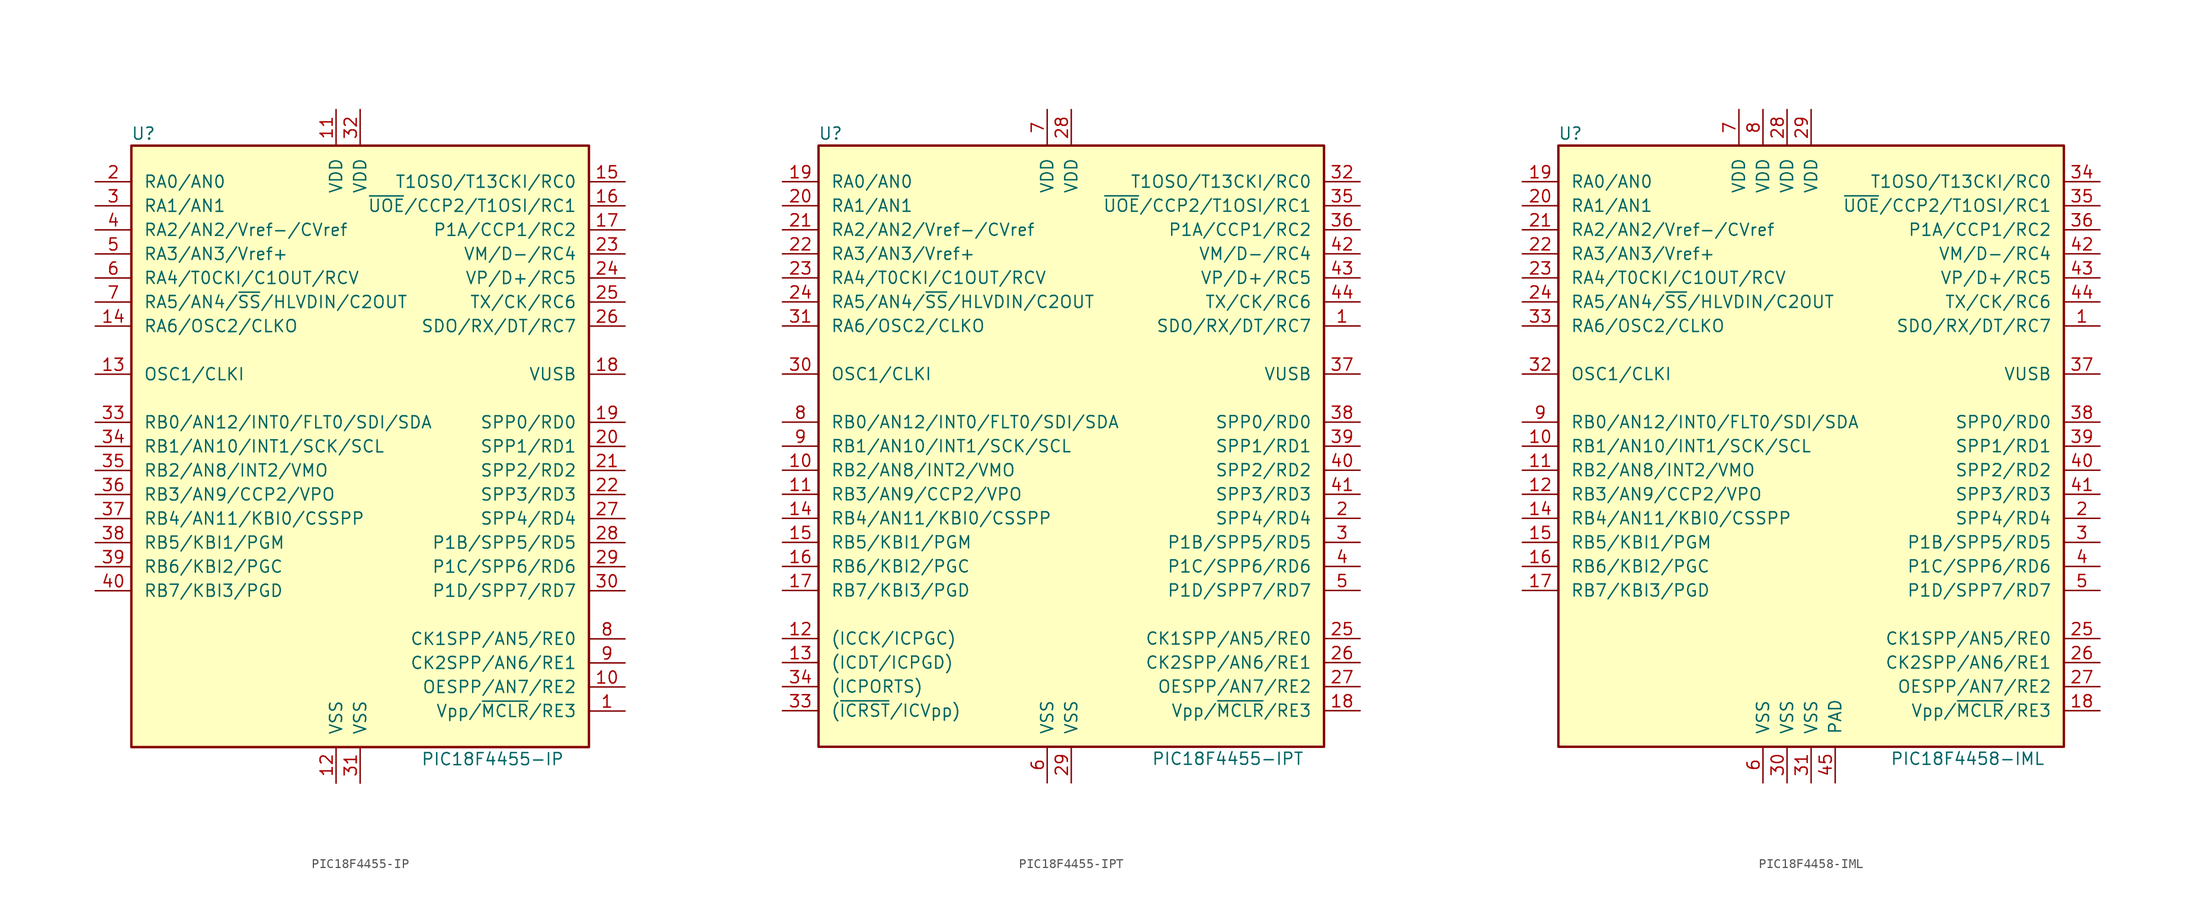
<source format=kicad_sym>
(kicad_symbol_lib
  (version 20201005)
  (generator kicad_symbol_editor)
  (symbol "MCU_Microchip_PIC18:PIC18F4455-IP"
    (pin_names
      (offset 1.27))
    (property "Reference" "U"
      (at -22.86 33.02 0)
      (effects (font (size 1.27 1.27))))
    (property "Value" "PIC18F4455-IP"
      (at 13.97 -33.02 0)
      (effects (font (size 1.27 1.27))))
    (symbol "PIC18F4455-IP_0_1"
      (rectangle (start -24.13 31.75) (end 24.13 -31.75) (stroke (width 0.254)) (fill (type background))))
    (symbol "PIC18F4455-IP_1_1"
      (pin input line (at 27.94 -27.94 180) (length 3.81) (name "Vpp/~MCLR~/RE3" (effects (font (size 1.27 1.27)))) (number "1" (effects (font (size 1.27 1.27)))))
      (pin bidirectional line (at 27.94 -25.4 180) (length 3.81) (name "OESPP/AN7/RE2" (effects (font (size 1.27 1.27)))) (number "10" (effects (font (size 1.27 1.27)))))
      (pin power_in line (at -2.54 35.56 270) (length 3.81) (name "VDD" (effects (font (size 1.27 1.27)))) (number "11" (effects (font (size 1.27 1.27)))))
      (pin power_in line (at -2.54 -35.56 90) (length 3.81) (name "VSS" (effects (font (size 1.27 1.27)))) (number "12" (effects (font (size 1.27 1.27)))))
      (pin input line (at -27.94 7.62 0) (length 3.81) (name "OSC1/CLKI" (effects (font (size 1.27 1.27)))) (number "13" (effects (font (size 1.27 1.27)))))
      (pin output line (at -27.94 12.7 0) (length 3.81) (name "RA6/OSC2/CLKO" (effects (font (size 1.27 1.27)))) (number "14" (effects (font (size 1.27 1.27)))))
      (pin bidirectional line (at 27.94 27.94 180) (length 3.81) (name "T1OSO/T13CKI/RC0" (effects (font (size 1.27 1.27)))) (number "15" (effects (font (size 1.27 1.27)))))
      (pin bidirectional line (at 27.94 25.4 180) (length 3.81) (name "~UOE~/CCP2/T1OSI/RC1" (effects (font (size 1.27 1.27)))) (number "16" (effects (font (size 1.27 1.27)))))
      (pin bidirectional line (at 27.94 22.86 180) (length 3.81) (name "P1A/CCP1/RC2" (effects (font (size 1.27 1.27)))) (number "17" (effects (font (size 1.27 1.27)))))
      (pin bidirectional line (at 27.94 7.62 180) (length 3.81) (name "VUSB" (effects (font (size 1.27 1.27)))) (number "18" (effects (font (size 1.27 1.27)))))
      (pin bidirectional line (at 27.94 2.54 180) (length 3.81) (name "SPP0/RD0" (effects (font (size 1.27 1.27)))) (number "19" (effects (font (size 1.27 1.27)))))
      (pin bidirectional line (at -27.94 27.94 0) (length 3.81) (name "RA0/AN0" (effects (font (size 1.27 1.27)))) (number "2" (effects (font (size 1.27 1.27)))))
      (pin bidirectional line (at 27.94 0 180) (length 3.81) (name "SPP1/RD1" (effects (font (size 1.27 1.27)))) (number "20" (effects (font (size 1.27 1.27)))))
      (pin bidirectional line (at 27.94 -2.54 180) (length 3.81) (name "SPP2/RD2" (effects (font (size 1.27 1.27)))) (number "21" (effects (font (size 1.27 1.27)))))
      (pin bidirectional line (at 27.94 -5.08 180) (length 3.81) (name "SPP3/RD3" (effects (font (size 1.27 1.27)))) (number "22" (effects (font (size 1.27 1.27)))))
      (pin bidirectional line (at 27.94 20.32 180) (length 3.81) (name "VM/D-/RC4" (effects (font (size 1.27 1.27)))) (number "23" (effects (font (size 1.27 1.27)))))
      (pin bidirectional line (at 27.94 17.78 180) (length 3.81) (name "VP/D+/RC5" (effects (font (size 1.27 1.27)))) (number "24" (effects (font (size 1.27 1.27)))))
      (pin bidirectional line (at 27.94 15.24 180) (length 3.81) (name "TX/CK/RC6" (effects (font (size 1.27 1.27)))) (number "25" (effects (font (size 1.27 1.27)))))
      (pin bidirectional line (at 27.94 12.7 180) (length 3.81) (name "SDO/RX/DT/RC7" (effects (font (size 1.27 1.27)))) (number "26" (effects (font (size 1.27 1.27)))))
      (pin bidirectional line (at 27.94 -7.62 180) (length 3.81) (name "SPP4/RD4" (effects (font (size 1.27 1.27)))) (number "27" (effects (font (size 1.27 1.27)))))
      (pin bidirectional line (at 27.94 -10.16 180) (length 3.81) (name "P1B/SPP5/RD5" (effects (font (size 1.27 1.27)))) (number "28" (effects (font (size 1.27 1.27)))))
      (pin bidirectional line (at 27.94 -12.7 180) (length 3.81) (name "P1C/SPP6/RD6" (effects (font (size 1.27 1.27)))) (number "29" (effects (font (size 1.27 1.27)))))
      (pin bidirectional line (at -27.94 25.4 0) (length 3.81) (name "RA1/AN1" (effects (font (size 1.27 1.27)))) (number "3" (effects (font (size 1.27 1.27)))))
      (pin bidirectional line (at 27.94 -15.24 180) (length 3.81) (name "P1D/SPP7/RD7" (effects (font (size 1.27 1.27)))) (number "30" (effects (font (size 1.27 1.27)))))
      (pin power_in line (at 0 -35.56 90) (length 3.81) (name "VSS" (effects (font (size 1.27 1.27)))) (number "31" (effects (font (size 1.27 1.27)))))
      (pin power_in line (at 0 35.56 270) (length 3.81) (name "VDD" (effects (font (size 1.27 1.27)))) (number "32" (effects (font (size 1.27 1.27)))))
      (pin bidirectional line (at -27.94 2.54 0) (length 3.81) (name "RB0/AN12/INT0/FLT0/SDI/SDA" (effects (font (size 1.27 1.27)))) (number "33" (effects (font (size 1.27 1.27)))))
      (pin bidirectional line (at -27.94 0 0) (length 3.81) (name "RB1/AN10/INT1/SCK/SCL" (effects (font (size 1.27 1.27)))) (number "34" (effects (font (size 1.27 1.27)))))
      (pin bidirectional line (at -27.94 -2.54 0) (length 3.81) (name "RB2/AN8/INT2/VMO" (effects (font (size 1.27 1.27)))) (number "35" (effects (font (size 1.27 1.27)))))
      (pin bidirectional line (at -27.94 -5.08 0) (length 3.81) (name "RB3/AN9/CCP2/VPO" (effects (font (size 1.27 1.27)))) (number "36" (effects (font (size 1.27 1.27)))))
      (pin bidirectional line (at -27.94 -7.62 0) (length 3.81) (name "RB4/AN11/KBI0/CSSPP" (effects (font (size 1.27 1.27)))) (number "37" (effects (font (size 1.27 1.27)))))
      (pin bidirectional line (at -27.94 -10.16 0) (length 3.81) (name "RB5/KBI1/PGM" (effects (font (size 1.27 1.27)))) (number "38" (effects (font (size 1.27 1.27)))))
      (pin bidirectional line (at -27.94 -12.7 0) (length 3.81) (name "RB6/KBI2/PGC" (effects (font (size 1.27 1.27)))) (number "39" (effects (font (size 1.27 1.27)))))
      (pin bidirectional line (at -27.94 22.86 0) (length 3.81) (name "RA2/AN2/Vref-/CVref" (effects (font (size 1.27 1.27)))) (number "4" (effects (font (size 1.27 1.27)))))
      (pin bidirectional line (at -27.94 -15.24 0) (length 3.81) (name "RB7/KBI3/PGD" (effects (font (size 1.27 1.27)))) (number "40" (effects (font (size 1.27 1.27)))))
      (pin bidirectional line (at -27.94 20.32 0) (length 3.81) (name "RA3/AN3/Vref+" (effects (font (size 1.27 1.27)))) (number "5" (effects (font (size 1.27 1.27)))))
      (pin bidirectional line (at -27.94 17.78 0) (length 3.81) (name "RA4/T0CKI/C1OUT/RCV" (effects (font (size 1.27 1.27)))) (number "6" (effects (font (size 1.27 1.27)))))
      (pin bidirectional line (at -27.94 15.24 0) (length 3.81) (name "RA5/AN4/~SS~/HLVDIN/C2OUT" (effects (font (size 1.27 1.27)))) (number "7" (effects (font (size 1.27 1.27)))))
      (pin bidirectional line (at 27.94 -20.32 180) (length 3.81) (name "CK1SPP/AN5/RE0" (effects (font (size 1.27 1.27)))) (number "8" (effects (font (size 1.27 1.27)))))
      (pin bidirectional line (at 27.94 -22.86 180) (length 3.81) (name "CK2SPP/AN6/RE1" (effects (font (size 1.27 1.27)))) (number "9" (effects (font (size 1.27 1.27)))))))
  (symbol "MCU_Microchip_PIC18:PIC18F4455-IPT"
    (pin_names
      (offset 1.27))
    (property "Reference" "U"
      (at -25.4 33.02 0)
      (effects (font (size 1.27 1.27))))
    (property "Value" "PIC18F4455-IPT"
      (at 16.51 -33.02 0)
      (effects (font (size 1.27 1.27))))
    (symbol "PIC18F4455-IPT_0_1"
      (rectangle (start -26.67 31.75) (end 26.67 -31.75) (stroke (width 0.254)) (fill (type background))))
    (symbol "PIC18F4455-IPT_1_1"
      (pin bidirectional line (at 30.48 12.7 180) (length 3.81) (name "SDO/RX/DT/RC7" (effects (font (size 1.27 1.27)))) (number "1" (effects (font (size 1.27 1.27)))))
      (pin bidirectional line (at -30.48 -2.54 0) (length 3.81) (name "RB2/AN8/INT2/VMO" (effects (font (size 1.27 1.27)))) (number "10" (effects (font (size 1.27 1.27)))))
      (pin bidirectional line (at -30.48 -5.08 0) (length 3.81) (name "RB3/AN9/CCP2/VPO" (effects (font (size 1.27 1.27)))) (number "11" (effects (font (size 1.27 1.27)))))
      (pin bidirectional line (at -30.48 -20.32 0) (length 3.81) (name "(ICCK/ICPGC)" (effects (font (size 1.27 1.27)))) (number "12" (effects (font (size 1.27 1.27)))))
      (pin bidirectional line (at -30.48 -22.86 0) (length 3.81) (name "(ICDT/ICPGD)" (effects (font (size 1.27 1.27)))) (number "13" (effects (font (size 1.27 1.27)))))
      (pin bidirectional line (at -30.48 -7.62 0) (length 3.81) (name "RB4/AN11/KBI0/CSSPP" (effects (font (size 1.27 1.27)))) (number "14" (effects (font (size 1.27 1.27)))))
      (pin bidirectional line (at -30.48 -10.16 0) (length 3.81) (name "RB5/KBI1/PGM" (effects (font (size 1.27 1.27)))) (number "15" (effects (font (size 1.27 1.27)))))
      (pin bidirectional line (at -30.48 -12.7 0) (length 3.81) (name "RB6/KBI2/PGC" (effects (font (size 1.27 1.27)))) (number "16" (effects (font (size 1.27 1.27)))))
      (pin bidirectional line (at -30.48 -15.24 0) (length 3.81) (name "RB7/KBI3/PGD" (effects (font (size 1.27 1.27)))) (number "17" (effects (font (size 1.27 1.27)))))
      (pin input line (at 30.48 -27.94 180) (length 3.81) (name "Vpp/~MCLR~/RE3" (effects (font (size 1.27 1.27)))) (number "18" (effects (font (size 1.27 1.27)))))
      (pin bidirectional line (at -30.48 27.94 0) (length 3.81) (name "RA0/AN0" (effects (font (size 1.27 1.27)))) (number "19" (effects (font (size 1.27 1.27)))))
      (pin bidirectional line (at 30.48 -7.62 180) (length 3.81) (name "SPP4/RD4" (effects (font (size 1.27 1.27)))) (number "2" (effects (font (size 1.27 1.27)))))
      (pin bidirectional line (at -30.48 25.4 0) (length 3.81) (name "RA1/AN1" (effects (font (size 1.27 1.27)))) (number "20" (effects (font (size 1.27 1.27)))))
      (pin bidirectional line (at -30.48 22.86 0) (length 3.81) (name "RA2/AN2/Vref-/CVref" (effects (font (size 1.27 1.27)))) (number "21" (effects (font (size 1.27 1.27)))))
      (pin bidirectional line (at -30.48 20.32 0) (length 3.81) (name "RA3/AN3/Vref+" (effects (font (size 1.27 1.27)))) (number "22" (effects (font (size 1.27 1.27)))))
      (pin bidirectional line (at -30.48 17.78 0) (length 3.81) (name "RA4/T0CKI/C1OUT/RCV" (effects (font (size 1.27 1.27)))) (number "23" (effects (font (size 1.27 1.27)))))
      (pin bidirectional line (at -30.48 15.24 0) (length 3.81) (name "RA5/AN4/~SS~/HLVDIN/C2OUT" (effects (font (size 1.27 1.27)))) (number "24" (effects (font (size 1.27 1.27)))))
      (pin bidirectional line (at 30.48 -20.32 180) (length 3.81) (name "CK1SPP/AN5/RE0" (effects (font (size 1.27 1.27)))) (number "25" (effects (font (size 1.27 1.27)))))
      (pin bidirectional line (at 30.48 -22.86 180) (length 3.81) (name "CK2SPP/AN6/RE1" (effects (font (size 1.27 1.27)))) (number "26" (effects (font (size 1.27 1.27)))))
      (pin bidirectional line (at 30.48 -25.4 180) (length 3.81) (name "OESPP/AN7/RE2" (effects (font (size 1.27 1.27)))) (number "27" (effects (font (size 1.27 1.27)))))
      (pin power_in line (at 0 35.56 270) (length 3.81) (name "VDD" (effects (font (size 1.27 1.27)))) (number "28" (effects (font (size 1.27 1.27)))))
      (pin power_in line (at 0 -35.56 90) (length 3.81) (name "VSS" (effects (font (size 1.27 1.27)))) (number "29" (effects (font (size 1.27 1.27)))))
      (pin bidirectional line (at 30.48 -10.16 180) (length 3.81) (name "P1B/SPP5/RD5" (effects (font (size 1.27 1.27)))) (number "3" (effects (font (size 1.27 1.27)))))
      (pin input line (at -30.48 7.62 0) (length 3.81) (name "OSC1/CLKI" (effects (font (size 1.27 1.27)))) (number "30" (effects (font (size 1.27 1.27)))))
      (pin output line (at -30.48 12.7 0) (length 3.81) (name "RA6/OSC2/CLKO" (effects (font (size 1.27 1.27)))) (number "31" (effects (font (size 1.27 1.27)))))
      (pin bidirectional line (at 30.48 27.94 180) (length 3.81) (name "T1OSO/T13CKI/RC0" (effects (font (size 1.27 1.27)))) (number "32" (effects (font (size 1.27 1.27)))))
      (pin input line (at -30.48 -27.94 0) (length 3.81) (name "(~ICRST~/ICVpp)" (effects (font (size 1.27 1.27)))) (number "33" (effects (font (size 1.27 1.27)))))
      (pin bidirectional line (at -30.48 -25.4 0) (length 3.81) (name "(ICPORTS)" (effects (font (size 1.27 1.27)))) (number "34" (effects (font (size 1.27 1.27)))))
      (pin bidirectional line (at 30.48 25.4 180) (length 3.81) (name "~UOE~/CCP2/T1OSI/RC1" (effects (font (size 1.27 1.27)))) (number "35" (effects (font (size 1.27 1.27)))))
      (pin bidirectional line (at 30.48 22.86 180) (length 3.81) (name "P1A/CCP1/RC2" (effects (font (size 1.27 1.27)))) (number "36" (effects (font (size 1.27 1.27)))))
      (pin bidirectional line (at 30.48 7.62 180) (length 3.81) (name "VUSB" (effects (font (size 1.27 1.27)))) (number "37" (effects (font (size 1.27 1.27)))))
      (pin bidirectional line (at 30.48 2.54 180) (length 3.81) (name "SPP0/RD0" (effects (font (size 1.27 1.27)))) (number "38" (effects (font (size 1.27 1.27)))))
      (pin bidirectional line (at 30.48 0 180) (length 3.81) (name "SPP1/RD1" (effects (font (size 1.27 1.27)))) (number "39" (effects (font (size 1.27 1.27)))))
      (pin bidirectional line (at 30.48 -12.7 180) (length 3.81) (name "P1C/SPP6/RD6" (effects (font (size 1.27 1.27)))) (number "4" (effects (font (size 1.27 1.27)))))
      (pin bidirectional line (at 30.48 -2.54 180) (length 3.81) (name "SPP2/RD2" (effects (font (size 1.27 1.27)))) (number "40" (effects (font (size 1.27 1.27)))))
      (pin bidirectional line (at 30.48 -5.08 180) (length 3.81) (name "SPP3/RD3" (effects (font (size 1.27 1.27)))) (number "41" (effects (font (size 1.27 1.27)))))
      (pin bidirectional line (at 30.48 20.32 180) (length 3.81) (name "VM/D-/RC4" (effects (font (size 1.27 1.27)))) (number "42" (effects (font (size 1.27 1.27)))))
      (pin bidirectional line (at 30.48 17.78 180) (length 3.81) (name "VP/D+/RC5" (effects (font (size 1.27 1.27)))) (number "43" (effects (font (size 1.27 1.27)))))
      (pin bidirectional line (at 30.48 15.24 180) (length 3.81) (name "TX/CK/RC6" (effects (font (size 1.27 1.27)))) (number "44" (effects (font (size 1.27 1.27)))))
      (pin bidirectional line (at 30.48 -15.24 180) (length 3.81) (name "P1D/SPP7/RD7" (effects (font (size 1.27 1.27)))) (number "5" (effects (font (size 1.27 1.27)))))
      (pin power_in line (at -2.54 -35.56 90) (length 3.81) (name "VSS" (effects (font (size 1.27 1.27)))) (number "6" (effects (font (size 1.27 1.27)))))
      (pin power_in line (at -2.54 35.56 270) (length 3.81) (name "VDD" (effects (font (size 1.27 1.27)))) (number "7" (effects (font (size 1.27 1.27)))))
      (pin bidirectional line (at -30.48 2.54 0) (length 3.81) (name "RB0/AN12/INT0/FLT0/SDI/SDA" (effects (font (size 1.27 1.27)))) (number "8" (effects (font (size 1.27 1.27)))))
      (pin bidirectional line (at -30.48 0 0) (length 3.81) (name "RB1/AN10/INT1/SCK/SCL" (effects (font (size 1.27 1.27)))) (number "9" (effects (font (size 1.27 1.27)))))))
  (symbol "MCU_Microchip_PIC18:PIC18F4458-IML"
    (pin_names
      (offset 1.27))
    (property "Reference" "U"
      (at -25.4 33.02 0)
      (effects (font (size 1.27 1.27))))
    (property "Value" "PIC18F4458-IML"
      (at 16.51 -33.02 0)
      (effects (font (size 1.27 1.27))))
    (symbol "PIC18F4458-IML_0_1"
      (rectangle (start -26.67 31.75) (end 26.67 -31.75) (stroke (width 0.254)) (fill (type background))))
    (symbol "PIC18F4458-IML_1_1"
      (pin bidirectional line (at 30.48 12.7 180) (length 3.81) (name "SDO/RX/DT/RC7" (effects (font (size 1.27 1.27)))) (number "1" (effects (font (size 1.27 1.27)))))
      (pin bidirectional line (at -30.48 0 0) (length 3.81) (name "RB1/AN10/INT1/SCK/SCL" (effects (font (size 1.27 1.27)))) (number "10" (effects (font (size 1.27 1.27)))))
      (pin bidirectional line (at -30.48 -2.54 0) (length 3.81) (name "RB2/AN8/INT2/VMO" (effects (font (size 1.27 1.27)))) (number "11" (effects (font (size 1.27 1.27)))))
      (pin bidirectional line (at -30.48 -5.08 0) (length 3.81) (name "RB3/AN9/CCP2/VPO" (effects (font (size 1.27 1.27)))) (number "12" (effects (font (size 1.27 1.27)))))
      (pin no_connect line (at -30.48 -27.94 0) (length 3.81) hide (name "NC" (effects (font (size 1.27 1.27)))) (number "13" (effects (font (size 1.27 1.27)))))
      (pin bidirectional line (at -30.48 -7.62 0) (length 3.81) (name "RB4/AN11/KBI0/CSSPP" (effects (font (size 1.27 1.27)))) (number "14" (effects (font (size 1.27 1.27)))))
      (pin bidirectional line (at -30.48 -10.16 0) (length 3.81) (name "RB5/KBI1/PGM" (effects (font (size 1.27 1.27)))) (number "15" (effects (font (size 1.27 1.27)))))
      (pin bidirectional line (at -30.48 -12.7 0) (length 3.81) (name "RB6/KBI2/PGC" (effects (font (size 1.27 1.27)))) (number "16" (effects (font (size 1.27 1.27)))))
      (pin bidirectional line (at -30.48 -15.24 0) (length 3.81) (name "RB7/KBI3/PGD" (effects (font (size 1.27 1.27)))) (number "17" (effects (font (size 1.27 1.27)))))
      (pin input line (at 30.48 -27.94 180) (length 3.81) (name "Vpp/~MCLR~/RE3" (effects (font (size 1.27 1.27)))) (number "18" (effects (font (size 1.27 1.27)))))
      (pin bidirectional line (at -30.48 27.94 0) (length 3.81) (name "RA0/AN0" (effects (font (size 1.27 1.27)))) (number "19" (effects (font (size 1.27 1.27)))))
      (pin bidirectional line (at 30.48 -7.62 180) (length 3.81) (name "SPP4/RD4" (effects (font (size 1.27 1.27)))) (number "2" (effects (font (size 1.27 1.27)))))
      (pin bidirectional line (at -30.48 25.4 0) (length 3.81) (name "RA1/AN1" (effects (font (size 1.27 1.27)))) (number "20" (effects (font (size 1.27 1.27)))))
      (pin bidirectional line (at -30.48 22.86 0) (length 3.81) (name "RA2/AN2/Vref-/CVref" (effects (font (size 1.27 1.27)))) (number "21" (effects (font (size 1.27 1.27)))))
      (pin bidirectional line (at -30.48 20.32 0) (length 3.81) (name "RA3/AN3/Vref+" (effects (font (size 1.27 1.27)))) (number "22" (effects (font (size 1.27 1.27)))))
      (pin bidirectional line (at -30.48 17.78 0) (length 3.81) (name "RA4/T0CKI/C1OUT/RCV" (effects (font (size 1.27 1.27)))) (number "23" (effects (font (size 1.27 1.27)))))
      (pin bidirectional line (at -30.48 15.24 0) (length 3.81) (name "RA5/AN4/~SS~/HLVDIN/C2OUT" (effects (font (size 1.27 1.27)))) (number "24" (effects (font (size 1.27 1.27)))))
      (pin bidirectional line (at 30.48 -20.32 180) (length 3.81) (name "CK1SPP/AN5/RE0" (effects (font (size 1.27 1.27)))) (number "25" (effects (font (size 1.27 1.27)))))
      (pin bidirectional line (at 30.48 -22.86 180) (length 3.81) (name "CK2SPP/AN6/RE1" (effects (font (size 1.27 1.27)))) (number "26" (effects (font (size 1.27 1.27)))))
      (pin bidirectional line (at 30.48 -25.4 180) (length 3.81) (name "OESPP/AN7/RE2" (effects (font (size 1.27 1.27)))) (number "27" (effects (font (size 1.27 1.27)))))
      (pin power_in line (at -2.54 35.56 270) (length 3.81) (name "VDD" (effects (font (size 1.27 1.27)))) (number "28" (effects (font (size 1.27 1.27)))))
      (pin power_in line (at 0 35.56 270) (length 3.81) (name "VDD" (effects (font (size 1.27 1.27)))) (number "29" (effects (font (size 1.27 1.27)))))
      (pin bidirectional line (at 30.48 -10.16 180) (length 3.81) (name "P1B/SPP5/RD5" (effects (font (size 1.27 1.27)))) (number "3" (effects (font (size 1.27 1.27)))))
      (pin power_in line (at -2.54 -35.56 90) (length 3.81) (name "VSS" (effects (font (size 1.27 1.27)))) (number "30" (effects (font (size 1.27 1.27)))))
      (pin power_in line (at 0 -35.56 90) (length 3.81) (name "VSS" (effects (font (size 1.27 1.27)))) (number "31" (effects (font (size 1.27 1.27)))))
      (pin input line (at -30.48 7.62 0) (length 3.81) (name "OSC1/CLKI" (effects (font (size 1.27 1.27)))) (number "32" (effects (font (size 1.27 1.27)))))
      (pin bidirectional line (at -30.48 12.7 0) (length 3.81) (name "RA6/OSC2/CLKO" (effects (font (size 1.27 1.27)))) (number "33" (effects (font (size 1.27 1.27)))))
      (pin bidirectional line (at 30.48 27.94 180) (length 3.81) (name "T1OSO/T13CKI/RC0" (effects (font (size 1.27 1.27)))) (number "34" (effects (font (size 1.27 1.27)))))
      (pin bidirectional line (at 30.48 25.4 180) (length 3.81) (name "~UOE~/CCP2/T1OSI/RC1" (effects (font (size 1.27 1.27)))) (number "35" (effects (font (size 1.27 1.27)))))
      (pin bidirectional line (at 30.48 22.86 180) (length 3.81) (name "P1A/CCP1/RC2" (effects (font (size 1.27 1.27)))) (number "36" (effects (font (size 1.27 1.27)))))
      (pin bidirectional line (at 30.48 7.62 180) (length 3.81) (name "VUSB" (effects (font (size 1.27 1.27)))) (number "37" (effects (font (size 1.27 1.27)))))
      (pin bidirectional line (at 30.48 2.54 180) (length 3.81) (name "SPP0/RD0" (effects (font (size 1.27 1.27)))) (number "38" (effects (font (size 1.27 1.27)))))
      (pin bidirectional line (at 30.48 0 180) (length 3.81) (name "SPP1/RD1" (effects (font (size 1.27 1.27)))) (number "39" (effects (font (size 1.27 1.27)))))
      (pin bidirectional line (at 30.48 -12.7 180) (length 3.81) (name "P1C/SPP6/RD6" (effects (font (size 1.27 1.27)))) (number "4" (effects (font (size 1.27 1.27)))))
      (pin bidirectional line (at 30.48 -2.54 180) (length 3.81) (name "SPP2/RD2" (effects (font (size 1.27 1.27)))) (number "40" (effects (font (size 1.27 1.27)))))
      (pin bidirectional line (at 30.48 -5.08 180) (length 3.81) (name "SPP3/RD3" (effects (font (size 1.27 1.27)))) (number "41" (effects (font (size 1.27 1.27)))))
      (pin bidirectional line (at 30.48 20.32 180) (length 3.81) (name "VM/D-/RC4" (effects (font (size 1.27 1.27)))) (number "42" (effects (font (size 1.27 1.27)))))
      (pin bidirectional line (at 30.48 17.78 180) (length 3.81) (name "VP/D+/RC5" (effects (font (size 1.27 1.27)))) (number "43" (effects (font (size 1.27 1.27)))))
      (pin bidirectional line (at 30.48 15.24 180) (length 3.81) (name "TX/CK/RC6" (effects (font (size 1.27 1.27)))) (number "44" (effects (font (size 1.27 1.27)))))
      (pin power_in line (at 2.54 -35.56 90) (length 3.81) (name "PAD" (effects (font (size 1.27 1.27)))) (number "45" (effects (font (size 1.27 1.27)))))
      (pin bidirectional line (at 30.48 -15.24 180) (length 3.81) (name "P1D/SPP7/RD7" (effects (font (size 1.27 1.27)))) (number "5" (effects (font (size 1.27 1.27)))))
      (pin power_in line (at -5.08 -35.56 90) (length 3.81) (name "VSS" (effects (font (size 1.27 1.27)))) (number "6" (effects (font (size 1.27 1.27)))))
      (pin power_in line (at -7.62 35.56 270) (length 3.81) (name "VDD" (effects (font (size 1.27 1.27)))) (number "7" (effects (font (size 1.27 1.27)))))
      (pin power_in line (at -5.08 35.56 270) (length 3.81) (name "VDD" (effects (font (size 1.27 1.27)))) (number "8" (effects (font (size 1.27 1.27)))))
      (pin bidirectional line (at -30.48 2.54 0) (length 3.81) (name "RB0/AN12/INT0/FLT0/SDI/SDA" (effects (font (size 1.27 1.27)))) (number "9" (effects (font (size 1.27 1.27))))))))
</source>
